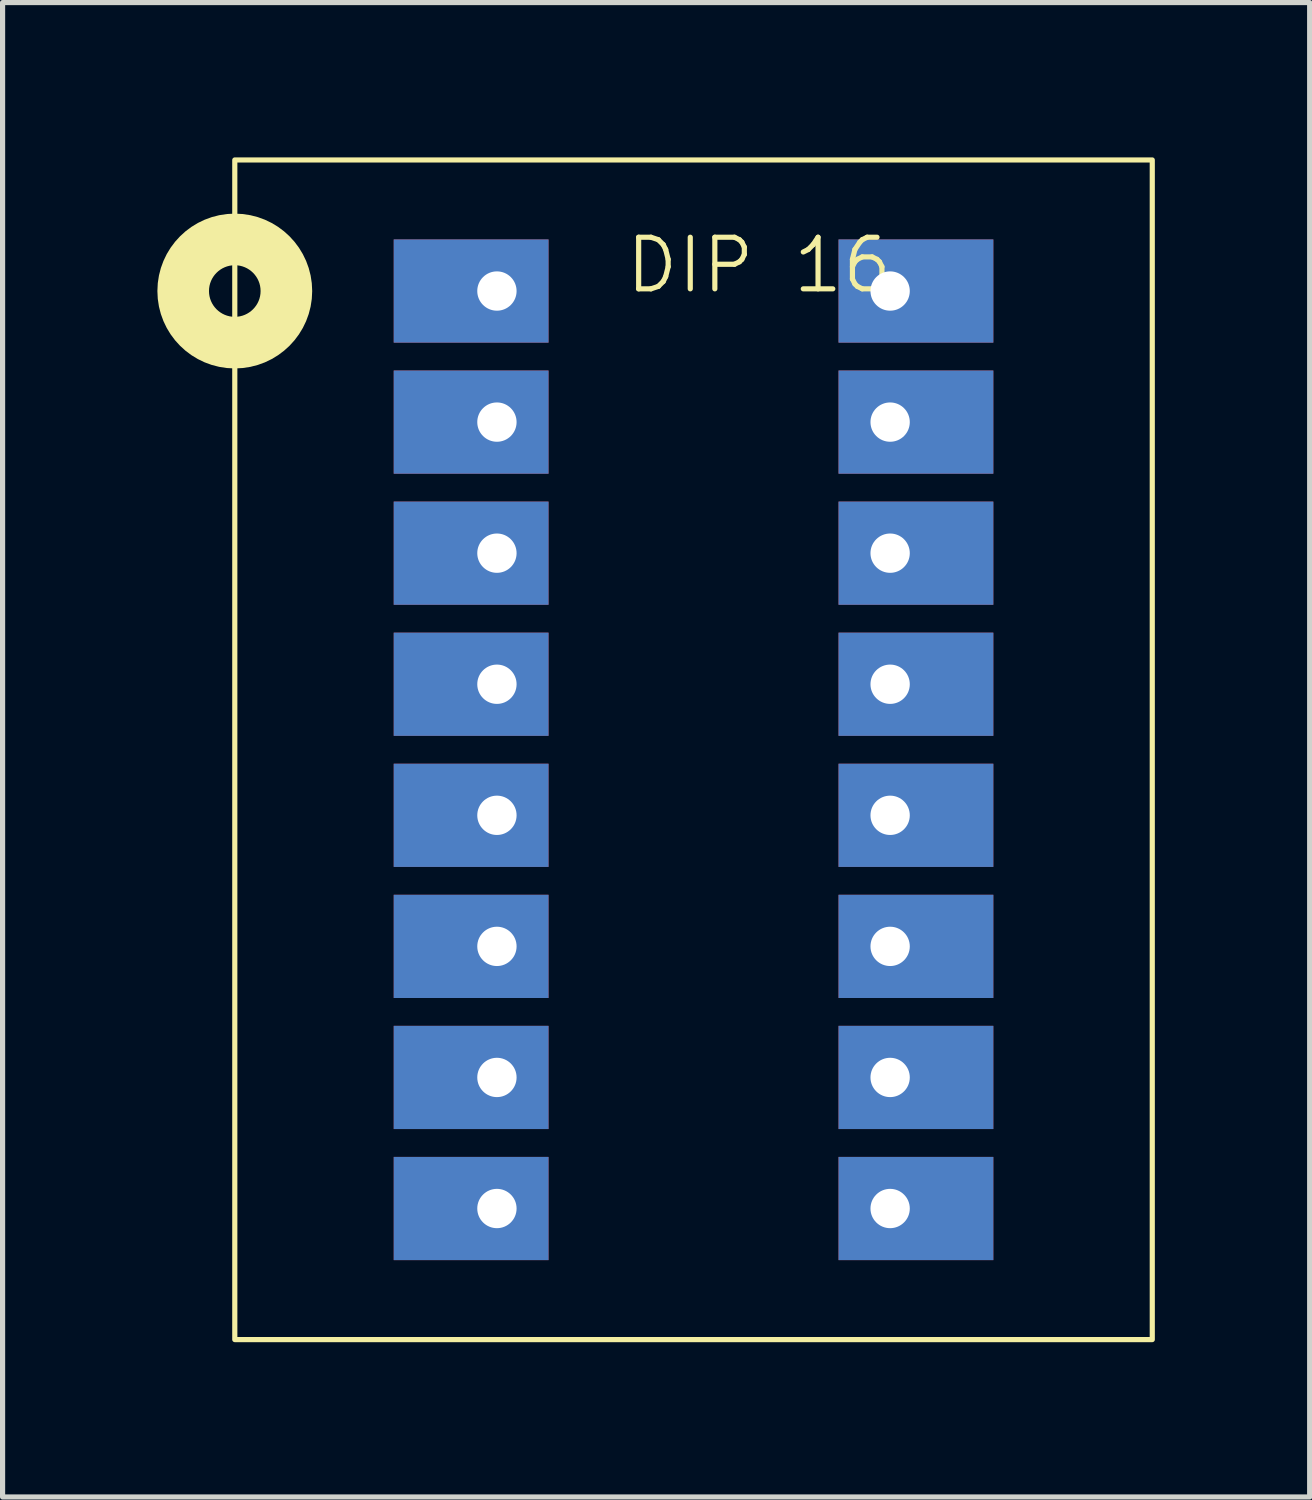
<source format=kicad_pcb>
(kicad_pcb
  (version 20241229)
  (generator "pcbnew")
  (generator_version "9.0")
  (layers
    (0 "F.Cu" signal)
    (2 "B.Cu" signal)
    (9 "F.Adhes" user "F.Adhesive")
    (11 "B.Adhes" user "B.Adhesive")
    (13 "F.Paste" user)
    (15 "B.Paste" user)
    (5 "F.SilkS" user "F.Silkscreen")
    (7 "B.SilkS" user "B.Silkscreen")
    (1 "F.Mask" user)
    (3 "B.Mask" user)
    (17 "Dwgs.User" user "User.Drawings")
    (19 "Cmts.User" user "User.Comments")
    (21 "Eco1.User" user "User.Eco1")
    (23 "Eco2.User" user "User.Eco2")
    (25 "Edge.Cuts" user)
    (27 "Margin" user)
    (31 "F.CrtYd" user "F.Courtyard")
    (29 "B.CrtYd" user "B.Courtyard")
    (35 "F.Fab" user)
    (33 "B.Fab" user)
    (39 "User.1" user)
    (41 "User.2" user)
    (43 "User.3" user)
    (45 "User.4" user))
  (footprint "DIP 16"
    (layer "F.Cu")
    (at 11.66 2.59)
    (property "Reference" "DIP 16" (at 0 -0.5 0) (unlocked yes) (layer "F.SilkS") (effects (font (size 1 1) (thickness 0.1))))
    (attr through_hole)
    (fp_rect (start -10.16 -2.54) (end 7.62 20.32) (stroke (width 0.1) (type default)) (fill no) (layer "F.SilkS"))
    (fp_circle (center -10.16 0) (end -9.16 0) (stroke (width 1) (type default)) (fill no) (layer "F.SilkS"))
    (fp_rect (start -10.16 -2.54) (end 7.62 20.32) (stroke (width 0.1) (type default)) (fill no) (layer "Margin"))
    (pad "1" thru_hole rect (at -5.08 0) (size 3 2) (drill 0.762 (offset -0.5 0)) (layers "*.Cu" "*.Mask"))
    (pad "2" thru_hole rect (at -5.08 2.54) (size 3 2) (drill 0.762 (offset -0.5 0)) (layers "*.Cu" "*.Mask"))
    (pad "3" thru_hole rect (at -5.08 5.08) (size 3 2) (drill 0.762 (offset -0.5 0)) (layers "*.Cu" "*.Mask"))
    (pad "4" thru_hole rect (at -5.08 7.62) (size 3 2) (drill 0.762 (offset -0.5 0)) (layers "*.Cu" "*.Mask"))
    (pad "5" thru_hole rect (at -5.08 10.16) (size 3 2) (drill 0.762 (offset -0.5 0)) (layers "*.Cu" "*.Mask"))
    (pad "6" thru_hole rect (at -5.08 12.7) (size 3 2) (drill 0.762 (offset -0.5 0)) (layers "*.Cu" "*.Mask"))
    (pad "7" thru_hole rect (at -5.08 15.24) (size 3 2) (drill 0.762 (offset -0.5 0)) (layers "*.Cu" "*.Mask"))
    (pad "8" thru_hole rect (at -5.08 17.78) (size 3 2) (drill 0.762 (offset -0.5 0)) (layers "*.Cu" "*.Mask"))
    (pad "9" thru_hole rect (at 2.54 17.78) (size 3 2) (drill 0.762 (offset 0.5 0)) (layers "*.Cu" "*.Mask"))
    (pad "10" thru_hole rect (at 2.54 15.24) (size 3 2) (drill 0.762 (offset 0.5 0)) (layers "*.Cu" "*.Mask"))
    (pad "11" thru_hole rect (at 2.54 12.7) (size 3 2) (drill 0.762 (offset 0.5 0)) (layers "*.Cu" "*.Mask"))
    (pad "12" thru_hole rect (at 2.54 10.16) (size 3 2) (drill 0.762 (offset 0.5 0)) (layers "*.Cu" "*.Mask"))
    (pad "13" thru_hole rect (at 2.54 7.62) (size 3 2) (drill 0.762 (offset 0.5 0)) (layers "*.Cu" "*.Mask"))
    (pad "14" thru_hole rect (at 2.54 5.08) (size 3 2) (drill 0.762 (offset 0.5 0)) (layers "*.Cu" "*.Mask"))
    (pad "15" thru_hole rect (at 2.54 2.54) (size 3 2) (drill 0.762 (offset 0.5 0)) (layers "*.Cu" "*.Mask"))
    (pad "16" thru_hole rect (at 2.54 0) (size 3 2) (drill 0.762 (offset 0.5 0)) (layers "*.Cu" "*.Mask")))
  (gr_rect
    (start -3 -3)
    (end 22.33 25.96)
    (stroke (width 0.1) (type default))
    (fill no)
    (layer "Edge.Cuts")))
</source>
